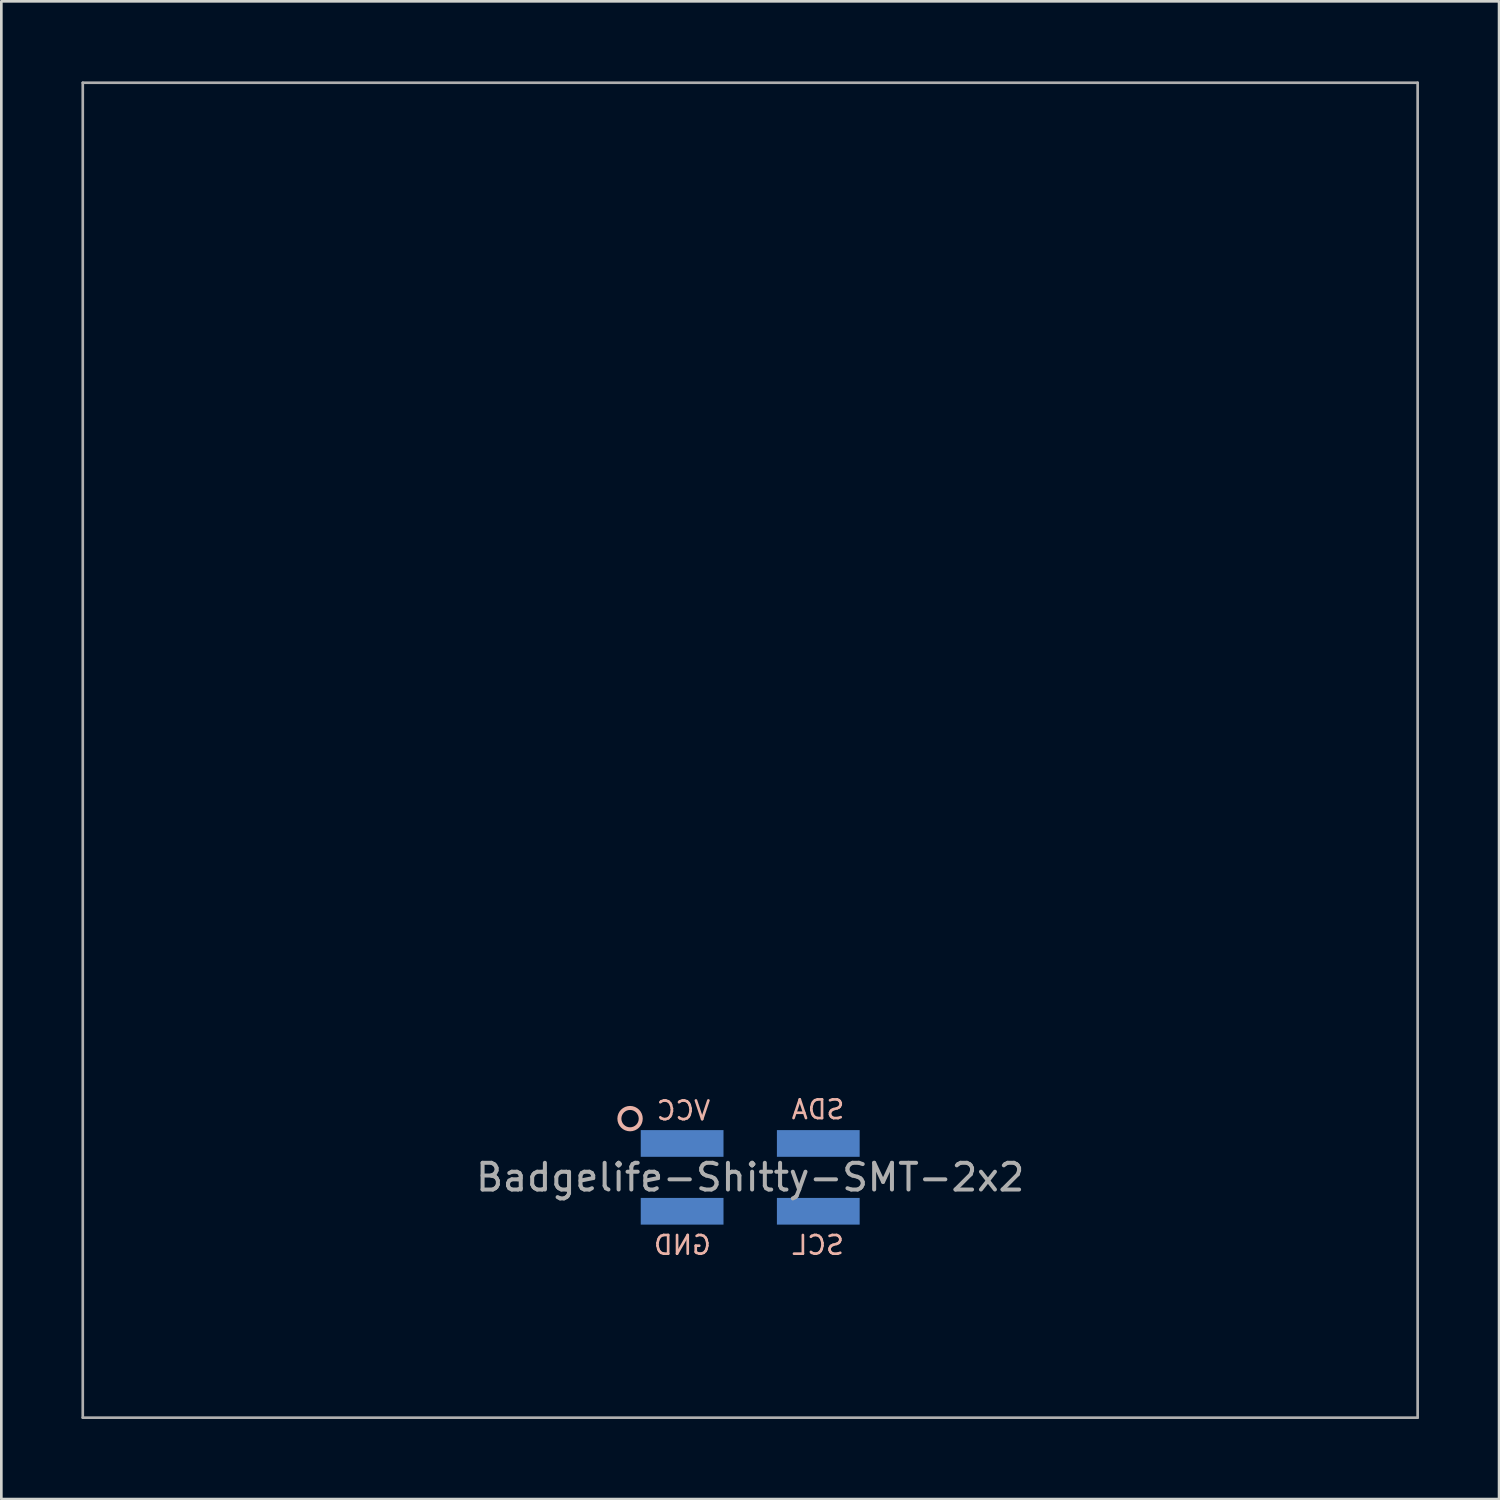
<source format=kicad_pcb>
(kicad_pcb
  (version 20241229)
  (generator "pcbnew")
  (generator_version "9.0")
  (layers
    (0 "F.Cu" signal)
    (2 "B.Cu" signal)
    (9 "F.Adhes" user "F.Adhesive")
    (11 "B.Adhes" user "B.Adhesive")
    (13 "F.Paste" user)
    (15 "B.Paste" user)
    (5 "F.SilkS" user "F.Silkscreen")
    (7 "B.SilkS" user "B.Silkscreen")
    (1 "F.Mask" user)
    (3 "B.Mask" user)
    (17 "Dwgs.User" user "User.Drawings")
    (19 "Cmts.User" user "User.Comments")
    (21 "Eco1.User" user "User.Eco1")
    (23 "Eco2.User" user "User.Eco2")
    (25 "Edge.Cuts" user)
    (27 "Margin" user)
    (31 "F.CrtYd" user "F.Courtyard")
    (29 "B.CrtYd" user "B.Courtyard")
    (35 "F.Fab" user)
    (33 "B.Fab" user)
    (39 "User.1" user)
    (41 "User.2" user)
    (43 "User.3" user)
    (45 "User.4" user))
  (footprint "Badgelife-Shitty-SMT-2x2"
    (layer "F.Cu")
    (at 25.05 41.05)
    (property "Reference" "Badgelife-Shitty-SMT-2x2" (at 0 0 0) (layer "F.Fab") (effects (font (size 1 1) (thickness 0.15))))
    (attr through_hole)
    (fp_circle (center -4.5 -2.2) (end -4.1 -2.2) (stroke (width 0.15) (type solid)) (fill no) (layer "B.SilkS"))
    (fp_line (start -25 -41) (end -25 9) (stroke (width 0.1) (type solid)) (layer "F.Fab"))
    (fp_line (start -25 -41) (end 25 -41) (stroke (width 0.1) (type solid)) (layer "F.Fab"))
    (fp_line (start -25 9) (end 25 9) (stroke (width 0.1) (type solid)) (layer "F.Fab"))
    (fp_line (start 25 -41) (end 25 9) (stroke (width 0.1) (type solid)) (layer "F.Fab"))
    (fp_text user "SDA" (at 2.54 -2.54 0) (layer "B.SilkS") (effects (font (size 0.7 0.7) (thickness 0.1)) (justify mirror)))
    (fp_text user "VCC" (at -2.5 -2.5 0) (layer "B.SilkS") (effects (font (size 0.7 0.7) (thickness 0.1)) (justify mirror)))
    (fp_text user "GND" (at -2.54 2.54 0) (layer "B.SilkS") (effects (font (size 0.7 0.7) (thickness 0.1)) (justify mirror)))
    (fp_text user "SCL" (at 2.54 2.54 0) (layer "B.SilkS") (effects (font (size 0.7 0.7) (thickness 0.1)) (justify mirror)))
    (pad "1" smd rect (at -2.55 -1.27) (size 3.1 1) (layers "B.Cu" "B.Mask" "B.Paste"))
    (pad "2" smd rect (at -2.55 1.27) (size 3.1 1) (layers "B.Cu" "B.Mask" "B.Paste"))
    (pad "3" smd rect (at 2.55 1.27) (size 3.1 1) (layers "B.Cu" "B.Mask" "B.Paste"))
    (pad "4" smd rect (at 2.55 -1.27) (size 3.1 1) (layers "B.Cu" "B.Mask" "B.Paste")))
  (gr_rect
    (start -3 -3)
    (end 53.1 53.1)
    (stroke (width 0.1) (type default))
    (fill no)
    (layer "Edge.Cuts")))
</source>
